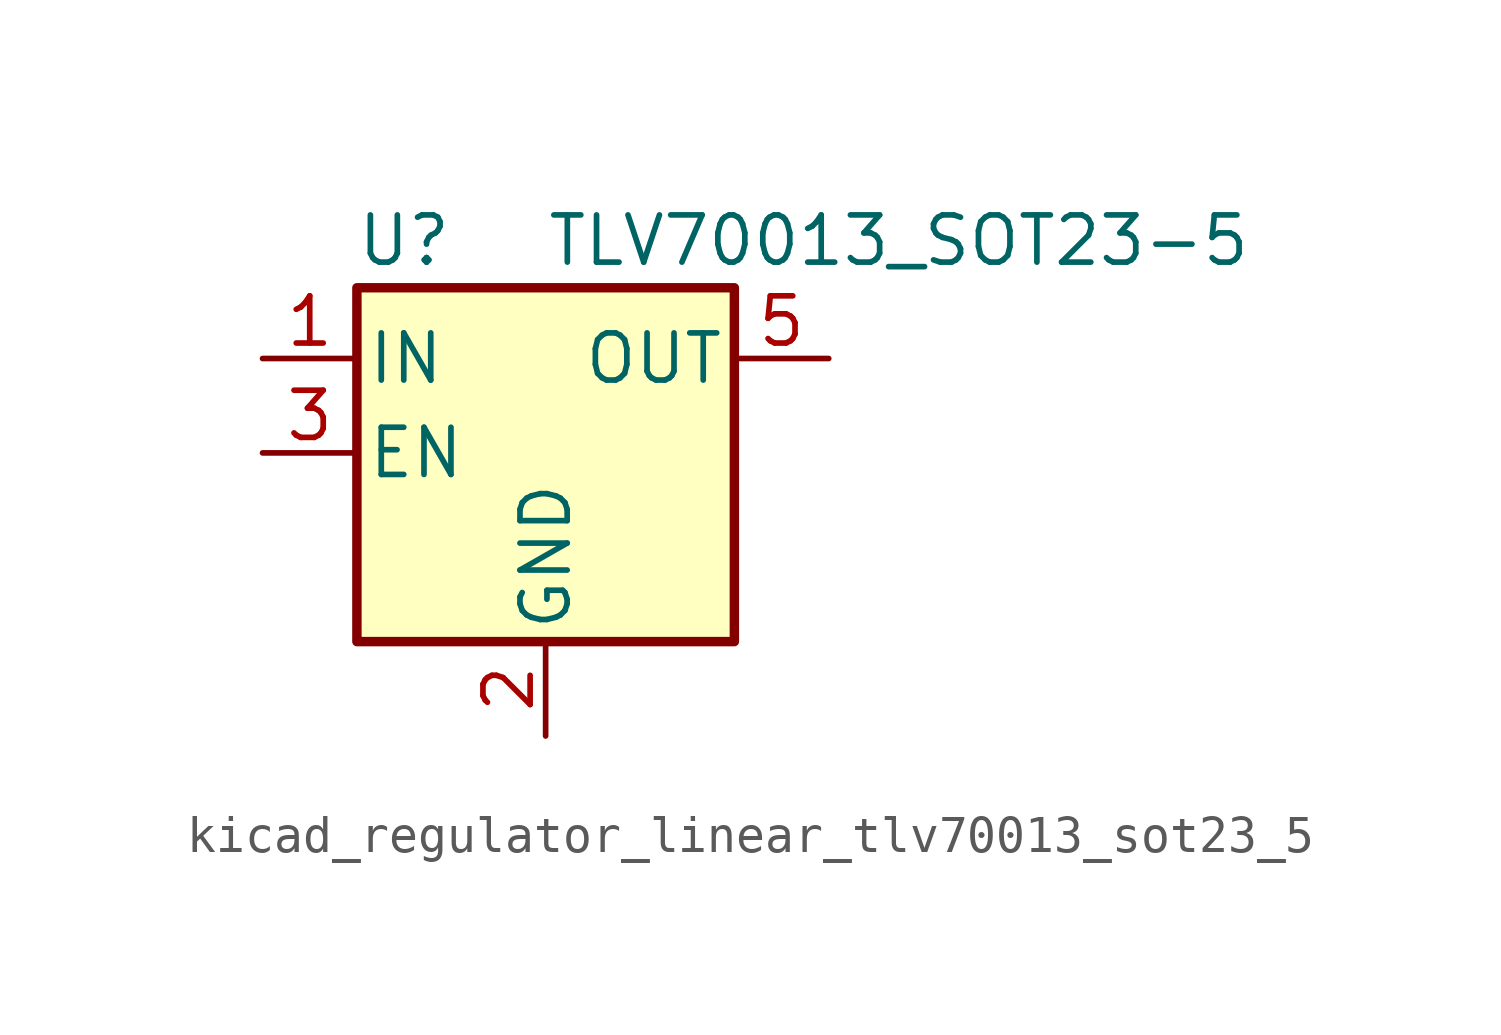
<source format=kicad_sym>
(kicad_symbol_lib
  (version 20220914)
  (generator kicad_symbol_editor)
  (symbol "kicad_regulator_linear_tlv70013_sot23_5"
    (pin_names
      (offset 0.254))
    (property "Reference" "U"
      (at -3.81 5.715 0)
      (effects (font (size 1.27 1.27))))
    (property "Value" "TLV70013_SOT23-5"
      (at 0 5.715 0)
      (effects (font (size 1.27 1.27)) (justify left)))
    (symbol "kicad_regulator_linear_tlv70013_sot23_5_0_1"
      (rectangle (start -5.08 4.445) (end 5.08 -5.08) (stroke (width 0.254) (type default)) (fill (type background))))
    (symbol "kicad_regulator_linear_tlv70013_sot23_5_1_1"
      (pin power_in line (at -7.62 2.54 0) (length 2.54) (name "IN" (effects (font (size 1.27 1.27)))) (number "1" (effects (font (size 1.27 1.27)))))
      (pin power_in line (at 0 -7.62 90) (length 2.54) (name "GND" (effects (font (size 1.27 1.27)))) (number "2" (effects (font (size 1.27 1.27)))))
      (pin input line (at -7.62 0 0) (length 2.54) (name "EN" (effects (font (size 1.27 1.27)))) (number "3" (effects (font (size 1.27 1.27)))))
      (pin no_connect line (at 5.08 0 180) (length 2.54) hide (name "NC" (effects (font (size 1.27 1.27)))) (number "4" (effects (font (size 1.27 1.27)))))
      (pin power_out line (at 7.62 2.54 180) (length 2.54) (name "OUT" (effects (font (size 1.27 1.27)))) (number "5" (effects (font (size 1.27 1.27))))))))
</source>
